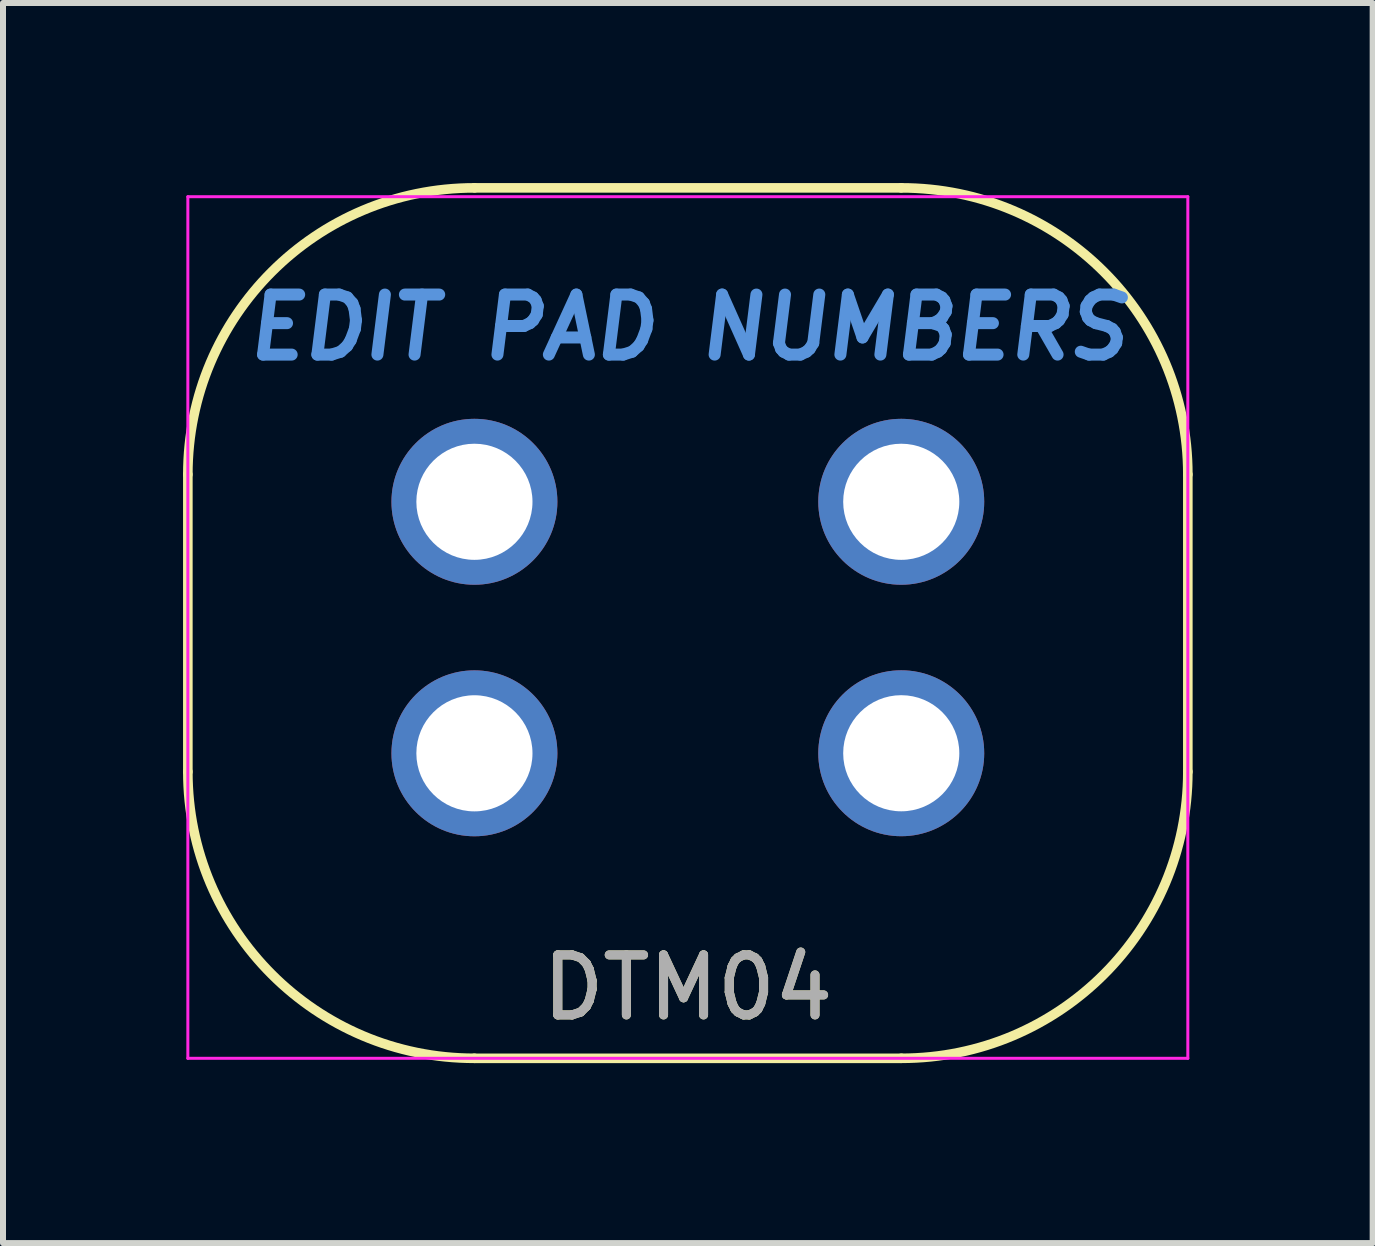
<source format=kicad_pcb>
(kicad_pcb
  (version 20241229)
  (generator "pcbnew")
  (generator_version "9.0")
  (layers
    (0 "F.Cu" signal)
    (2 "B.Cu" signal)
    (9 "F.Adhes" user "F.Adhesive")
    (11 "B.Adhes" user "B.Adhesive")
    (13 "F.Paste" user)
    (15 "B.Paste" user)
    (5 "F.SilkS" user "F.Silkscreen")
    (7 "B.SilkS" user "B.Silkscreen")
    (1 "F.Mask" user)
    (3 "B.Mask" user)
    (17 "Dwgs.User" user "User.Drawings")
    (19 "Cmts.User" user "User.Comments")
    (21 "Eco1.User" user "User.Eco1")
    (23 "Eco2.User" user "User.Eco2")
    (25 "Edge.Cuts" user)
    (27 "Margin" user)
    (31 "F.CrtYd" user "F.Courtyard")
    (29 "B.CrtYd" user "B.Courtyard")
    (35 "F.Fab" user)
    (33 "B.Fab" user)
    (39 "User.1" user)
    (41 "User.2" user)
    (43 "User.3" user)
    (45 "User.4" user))
  (footprint "DTM04"
    (layer "F.Cu")
    (at 8.411 7.406)
    (property "Reference" "DTM04" (at 0 6 0) (layer "F.SilkS") (effects (font (size 1 1) (thickness 0.15))))
    (attr through_hole)
    (fp_line (start -8.331 2.403) (end -8.331 -2.55) (stroke (width 0.16) (type solid)) (layer "F.SilkS"))
    (fp_line (start -3.556 -7.326) (end 3.556 -7.326) (stroke (width 0.16) (type solid)) (layer "F.SilkS"))
    (fp_line (start 3.556 7.178) (end -3.556 7.178) (stroke (width 0.16) (type solid)) (layer "F.SilkS"))
    (fp_line (start 8.331 -2.55) (end 8.331 2.403) (stroke (width 0.16) (type solid)) (layer "F.SilkS"))
    (fp_arc (start -8.3312 -2.550407) (mid -6.932576 -5.926983) (end -3.556 -7.325607) (stroke (width 0.16) (type solid)) (layer "F.SilkS"))
    (fp_arc (start -3.556 7.177793) (mid -6.932576 5.779169) (end -8.3312 2.402593) (stroke (width 0.16) (type solid)) (layer "F.SilkS"))
    (fp_arc (start 3.556 -7.325607) (mid 6.932576 -5.926983) (end 8.3312 -2.550407) (stroke (width 0.16) (type solid)) (layer "F.SilkS"))
    (fp_arc (start 8.3312 2.402593) (mid 6.932576 5.779169) (end 3.556 7.177793) (stroke (width 0.16) (type solid)) (layer "F.SilkS"))
    (fp_line (start -8.331 -7.178) (end 8.331 -7.178) (stroke (width 0.05) (type solid)) (layer "F.CrtYd"))
    (fp_line (start -8.331 7.178) (end -8.331 -7.178) (stroke (width 0.05) (type solid)) (layer "F.CrtYd"))
    (fp_line (start 8.331 -7.178) (end 8.331 7.178) (stroke (width 0.05) (type solid)) (layer "F.CrtYd"))
    (fp_line (start 8.331 7.178) (end -8.331 7.178) (stroke (width 0.05) (type solid)) (layer "F.CrtYd"))
    (fp_text user "EDIT PAD NUMBERS" (at 0 -5 0) (layer "Cmts.User") (effects (font (size 1 1) (thickness 0.2) (italic yes))))
    (fp_text user "${REFERENCE}" (at 0 6 0) (layer "F.Fab") (effects (font (size 1 1) (thickness 0.15))))
    (pad "1" thru_hole circle (at -3.556 -2.095) (size 2.765 2.765) (drill 1.935) (layers "*.Cu" "*.Mask"))
    (pad "2" thru_hole circle (at 3.556 -2.095) (size 2.765 2.765) (drill 1.935) (layers "*.Cu" "*.Mask"))
    (pad "3" thru_hole circle (at -3.556 2.096) (size 2.765 2.765) (drill 1.935) (layers "*.Cu" "*.Mask"))
    (pad "4" thru_hole circle (at 3.556 2.095) (size 2.765 2.765) (drill 1.935) (layers "*.Cu" "*.Mask")))
  (gr_rect
    (start -3 -3)
    (end 19.822 17.663)
    (stroke (width 0.1) (type default))
    (fill no)
    (layer "Edge.Cuts")))
</source>
